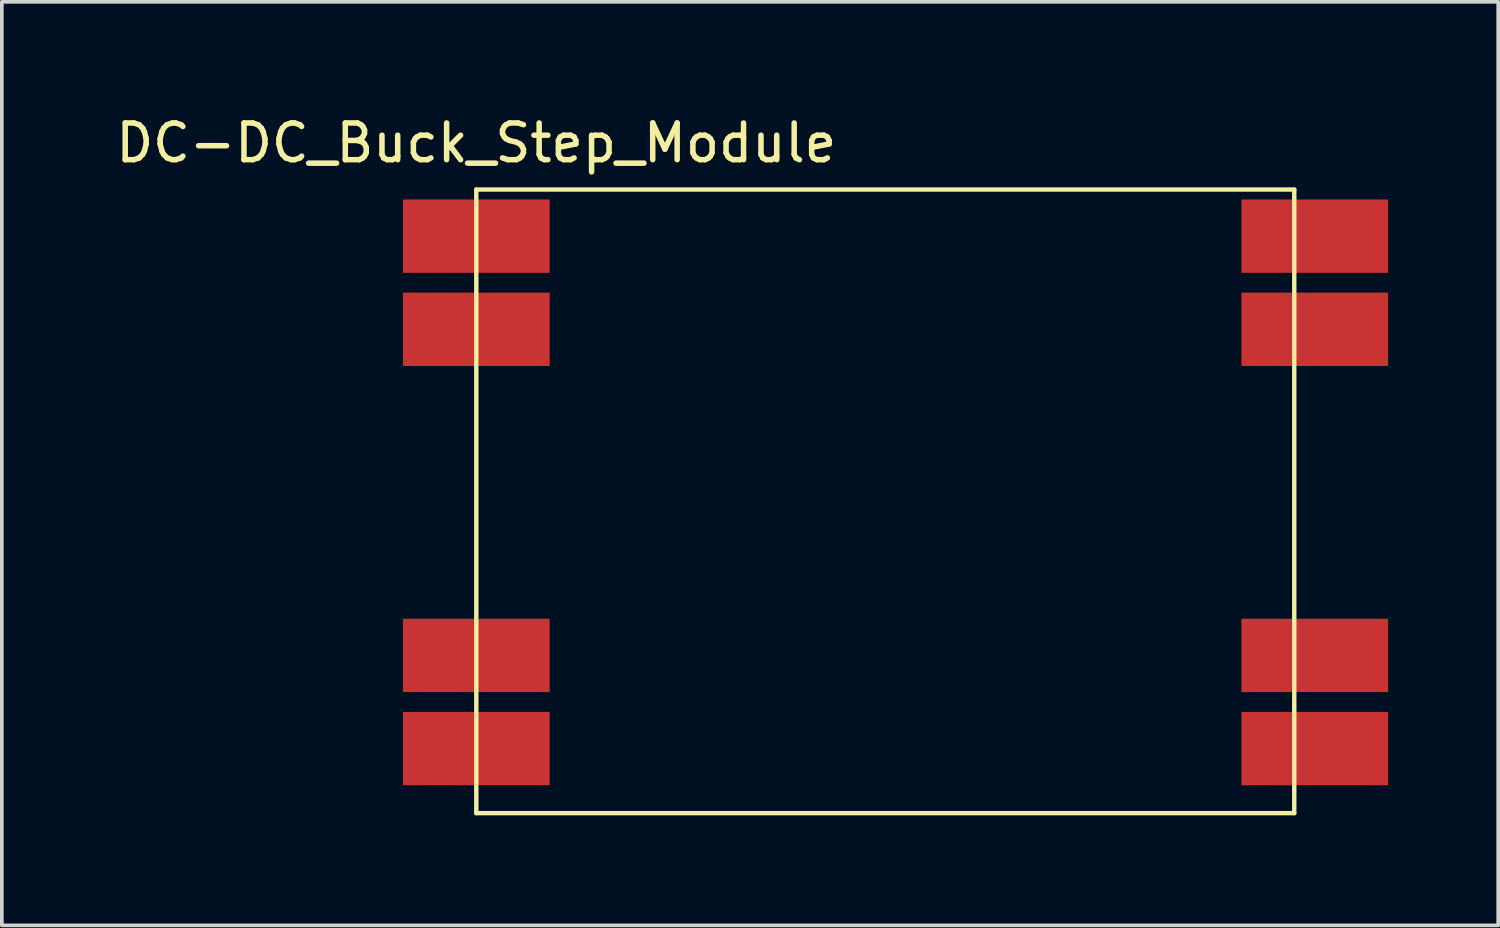
<source format=kicad_pcb>
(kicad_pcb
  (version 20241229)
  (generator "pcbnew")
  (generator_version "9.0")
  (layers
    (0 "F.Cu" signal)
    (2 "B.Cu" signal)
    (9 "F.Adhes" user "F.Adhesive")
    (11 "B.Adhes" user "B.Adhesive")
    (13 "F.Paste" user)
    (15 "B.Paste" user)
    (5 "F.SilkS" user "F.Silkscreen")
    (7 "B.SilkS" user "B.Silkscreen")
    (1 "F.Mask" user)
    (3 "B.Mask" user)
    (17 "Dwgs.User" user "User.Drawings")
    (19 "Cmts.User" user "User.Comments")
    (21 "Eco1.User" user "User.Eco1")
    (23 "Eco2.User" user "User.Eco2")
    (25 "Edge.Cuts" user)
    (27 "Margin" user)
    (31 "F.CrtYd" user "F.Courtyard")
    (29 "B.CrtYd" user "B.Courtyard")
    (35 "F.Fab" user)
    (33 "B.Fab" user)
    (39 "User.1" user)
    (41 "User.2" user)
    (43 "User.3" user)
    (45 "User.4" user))
  (footprint "DC-DC_Buck_Step_Module"
    (layer "F.Cu")
    (at 9.935 2.118)
    (property "Reference" "DC-DC_Buck_Step_Module" (at 0 -1.27 0) (layer "F.SilkS") (effects (font (size 1 1) (thickness 0.15))))
    (attr through_hole)
    (fp_line (start 0 0) (end 0 17) (stroke (width 0.12) (type solid)) (layer "F.SilkS"))
    (fp_line (start 0 0) (end 22.3 0) (stroke (width 0.12) (type solid)) (layer "F.SilkS"))
    (fp_line (start 0 17) (end 22.3 17) (stroke (width 0.12) (type solid)) (layer "F.SilkS"))
    (fp_line (start 22.3 0) (end 22.3 17) (stroke (width 0.12) (type solid)) (layer "F.SilkS"))
    (pad "1" smd rect (at 0 12.7) (size 4 2) (layers "F.Cu" "F.Mask" "F.Paste"))
    (pad "1" smd rect (at 0 15.24) (size 4 2) (layers "F.Cu" "F.Mask" "F.Paste"))
    (pad "2" smd rect (at 22.86 12.7) (size 4 2) (layers "F.Cu" "F.Mask" "F.Paste"))
    (pad "2" smd rect (at 22.86 15.24) (size 4 2) (layers "F.Cu" "F.Mask" "F.Paste"))
    (pad "3" smd rect (at 0 1.27) (size 4 2) (layers "F.Cu" "F.Mask" "F.Paste"))
    (pad "3" smd rect (at 0 3.81) (size 4 2) (layers "F.Cu" "F.Mask" "F.Paste"))
    (pad "3" smd rect (at 22.86 1.27) (size 4 2) (layers "F.Cu" "F.Mask" "F.Paste"))
    (pad "3" smd rect (at 22.86 3.81) (size 4 2) (layers "F.Cu" "F.Mask" "F.Paste")))
  (gr_rect
    (start -3 -3)
    (end 37.795 22.178)
    (stroke (width 0.1) (type default))
    (fill no)
    (layer "Edge.Cuts")))
</source>
